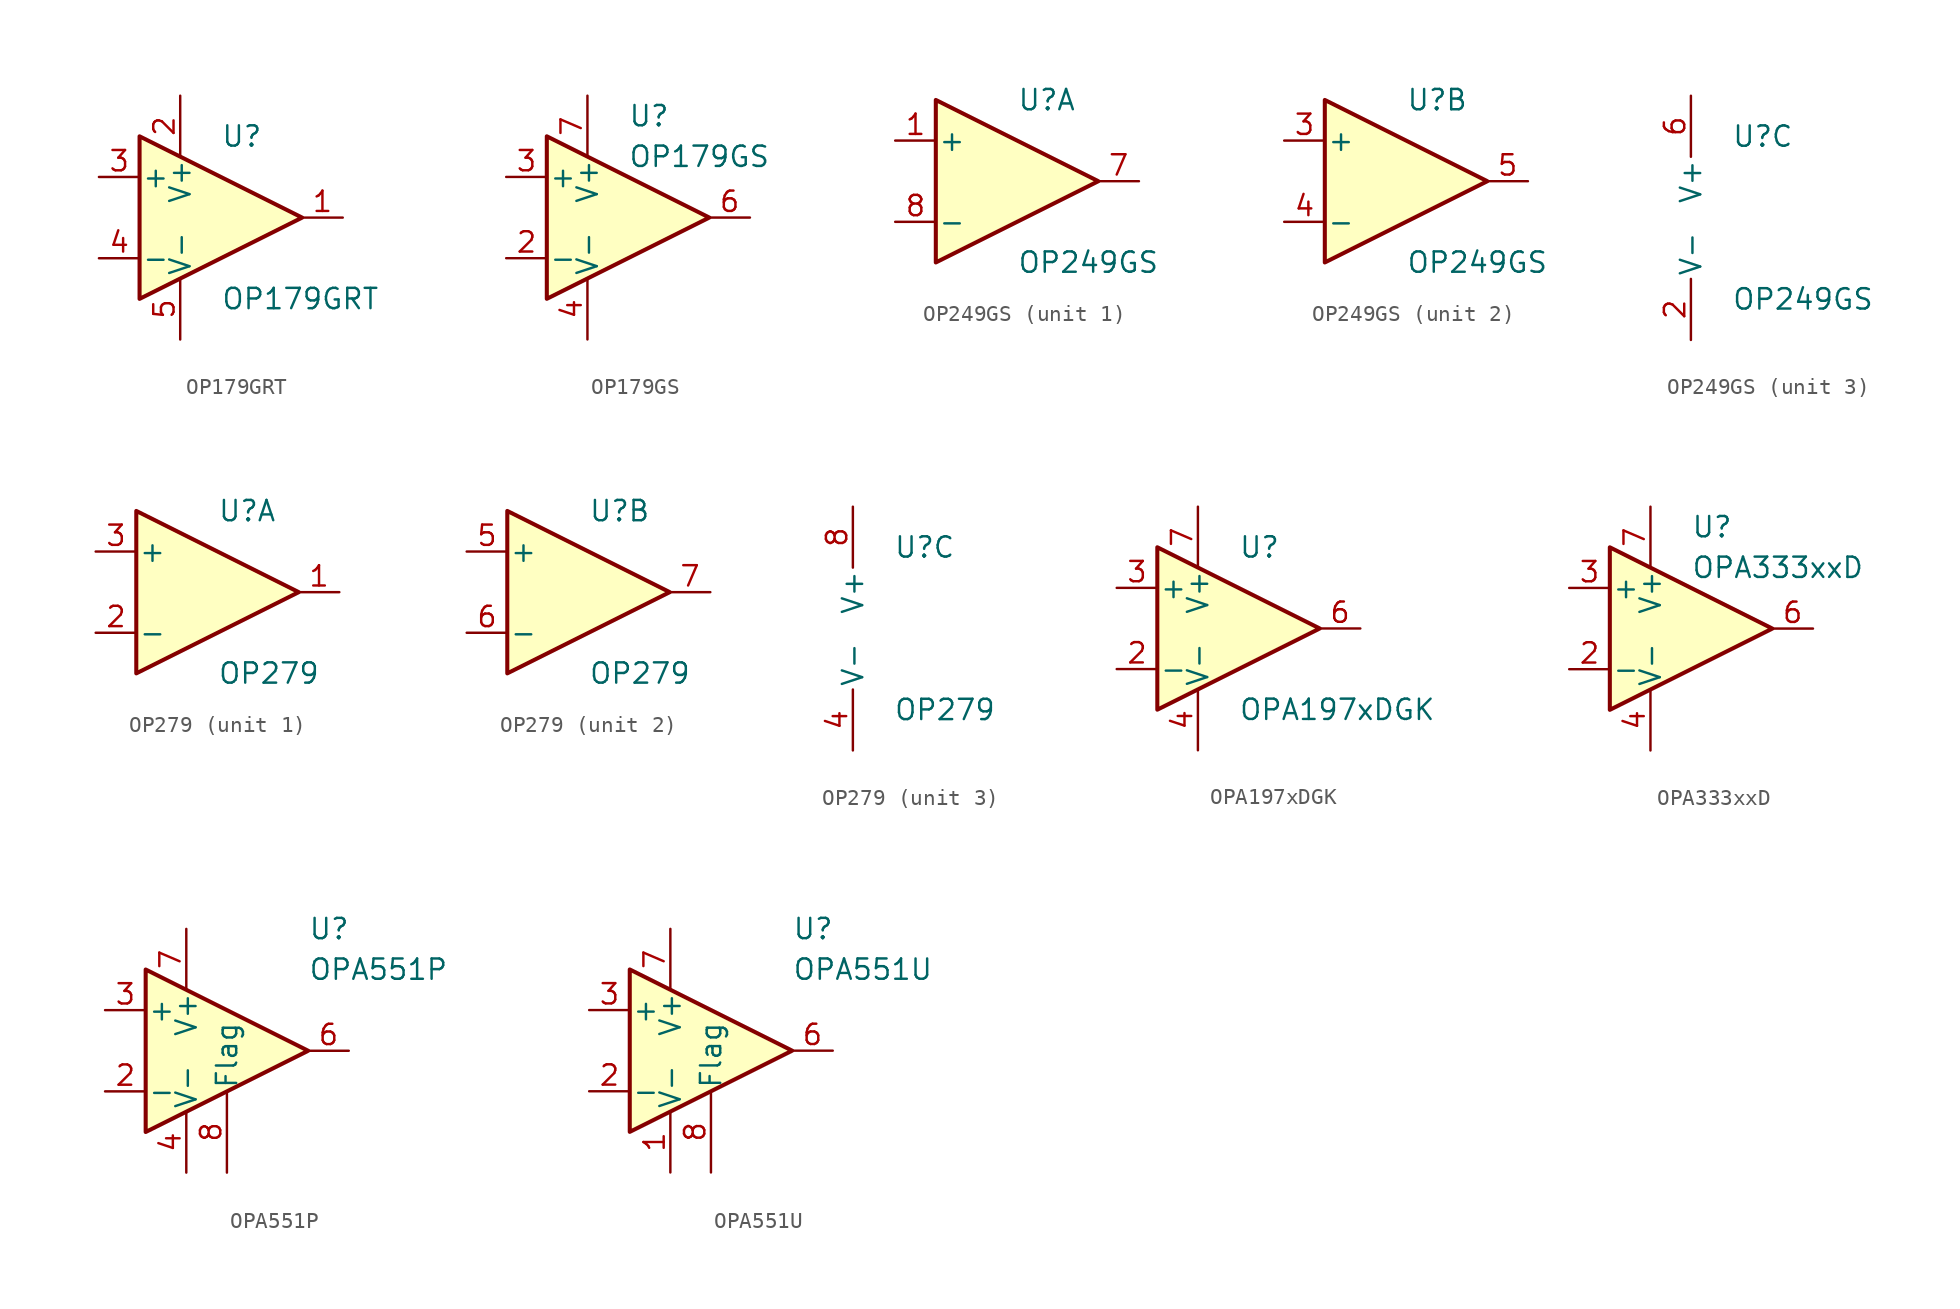
<source format=kicad_sym>
(kicad_symbol_lib
  (version 20231120)
  (generator "kicad_symbol_editor")
  (generator_version "8.0")
  (symbol "OP179GRT"
    (pin_names
      (offset 0.127))
    (property "Reference" "U"
      (at 0 5.08 0)
      (effects (font (size 1.27 1.27)) (justify left)))
    (property "Value" "OP179GRT"
      (at 0 -5.08 0)
      (effects (font (size 1.27 1.27)) (justify left)))
    (symbol "OP179GRT_0_1"
      (polyline (pts (xy -5.08 5.08) (xy 5.08 0) (xy -5.08 -5.08) (xy -5.08 5.08)) (stroke (width 0.254) (type default)) (fill (type background)))
      (pin power_in line (at -2.54 7.62 270) (length 3.81) (name "V+" (effects (font (size 1.27 1.27)))) (number "2" (effects (font (size 1.27 1.27)))))
      (pin power_in line (at -2.54 -7.62 90) (length 3.81) (name "V-" (effects (font (size 1.27 1.27)))) (number "5" (effects (font (size 1.27 1.27))))))
    (symbol "OP179GRT_1_1"
      (pin output line (at 7.62 0 180) (length 2.54) (name "~" (effects (font (size 1.27 1.27)))) (number "1" (effects (font (size 1.27 1.27)))))
      (pin input line (at -7.62 2.54 0) (length 2.54) (name "+" (effects (font (size 1.27 1.27)))) (number "3" (effects (font (size 1.27 1.27)))))
      (pin input line (at -7.62 -2.54 0) (length 2.54) (name "-" (effects (font (size 1.27 1.27)))) (number "4" (effects (font (size 1.27 1.27)))))))
  (symbol "OP179GS"
    (pin_names
      (offset 0.127))
    (property "Reference" "U"
      (at 0 6.35 0)
      (effects (font (size 1.27 1.27)) (justify left)))
    (property "Value" "OP179GS"
      (at 0 3.81 0)
      (effects (font (size 1.27 1.27)) (justify left)))
    (symbol "OP179GS_0_1"
      (polyline (pts (xy -5.08 5.08) (xy 5.08 0) (xy -5.08 -5.08) (xy -5.08 5.08)) (stroke (width 0.254) (type default)) (fill (type background))))
    (symbol "OP179GS_1_1"
      (pin no_connect line (at -5.08 -2.54 90) (length 2.54) hide (name "NC" (effects (font (size 1.27 1.27)))) (number "1" (effects (font (size 1.27 1.27)))))
      (pin input line (at -7.62 -2.54 0) (length 2.54) (name "-" (effects (font (size 1.27 1.27)))) (number "2" (effects (font (size 1.27 1.27)))))
      (pin input line (at -7.62 2.54 0) (length 2.54) (name "+" (effects (font (size 1.27 1.27)))) (number "3" (effects (font (size 1.27 1.27)))))
      (pin power_in line (at -2.54 -7.62 90) (length 3.81) (name "V-" (effects (font (size 1.27 1.27)))) (number "4" (effects (font (size 1.27 1.27)))))
      (pin no_connect line (at -2.54 -2.54 90) (length 2.54) hide (name "NC" (effects (font (size 1.27 1.27)))) (number "5" (effects (font (size 1.27 1.27)))))
      (pin output line (at 7.62 0 180) (length 2.54) (name "~" (effects (font (size 1.27 1.27)))) (number "6" (effects (font (size 1.27 1.27)))))
      (pin power_in line (at -2.54 7.62 270) (length 3.81) (name "V+" (effects (font (size 1.27 1.27)))) (number "7" (effects (font (size 1.27 1.27)))))
      (pin no_connect line (at 0 -2.54 90) (length 2.54) hide (name "NC" (effects (font (size 1.27 1.27)))) (number "8" (effects (font (size 1.27 1.27)))))))
  (symbol "OP249GS"
    (pin_names
      (offset 0.127))
    (property "Reference" "U"
      (at 0 5.08 0)
      (effects (font (size 1.27 1.27)) (justify left)))
    (property "Value" "OP249GS"
      (at 0 -5.08 0)
      (effects (font (size 1.27 1.27)) (justify left)))
    (property "ki_locked" ""
      (at 0 0 0)
      (effects (font (size 1.27 1.27))))
    (symbol "OP249GS_1_1"
      (polyline (pts (xy -5.08 5.08) (xy 5.08 0) (xy -5.08 -5.08) (xy -5.08 5.08)) (stroke (width 0.254) (type default)) (fill (type background)))
      (pin input line (at -7.62 2.54 0) (length 2.54) (name "+" (effects (font (size 1.27 1.27)))) (number "1" (effects (font (size 1.27 1.27)))))
      (pin output line (at 7.62 0 180) (length 2.54) (name "~" (effects (font (size 1.27 1.27)))) (number "7" (effects (font (size 1.27 1.27)))))
      (pin input line (at -7.62 -2.54 0) (length 2.54) (name "-" (effects (font (size 1.27 1.27)))) (number "8" (effects (font (size 1.27 1.27))))))
    (symbol "OP249GS_2_1"
      (polyline (pts (xy -5.08 5.08) (xy 5.08 0) (xy -5.08 -5.08) (xy -5.08 5.08)) (stroke (width 0.254) (type default)) (fill (type background)))
      (pin input line (at -7.62 2.54 0) (length 2.54) (name "+" (effects (font (size 1.27 1.27)))) (number "3" (effects (font (size 1.27 1.27)))))
      (pin input line (at -7.62 -2.54 0) (length 2.54) (name "-" (effects (font (size 1.27 1.27)))) (number "4" (effects (font (size 1.27 1.27)))))
      (pin output line (at 7.62 0 180) (length 2.54) (name "~" (effects (font (size 1.27 1.27)))) (number "5" (effects (font (size 1.27 1.27))))))
    (symbol "OP249GS_3_1"
      (pin power_in line (at -2.54 -7.62 90) (length 3.81) (name "V-" (effects (font (size 1.27 1.27)))) (number "2" (effects (font (size 1.27 1.27)))))
      (pin power_in line (at -2.54 7.62 270) (length 3.81) (name "V+" (effects (font (size 1.27 1.27)))) (number "6" (effects (font (size 1.27 1.27)))))))
  (symbol "OP279"
    (pin_names
      (offset 0.127))
    (property "Reference" "U"
      (at 0 5.08 0)
      (effects (font (size 1.27 1.27)) (justify left)))
    (property "Value" "OP279"
      (at 0 -5.08 0)
      (effects (font (size 1.27 1.27)) (justify left)))
    (property "ki_locked" ""
      (at 0 0 0)
      (effects (font (size 1.27 1.27))))
    (symbol "OP279_1_1"
      (polyline (pts (xy -5.08 5.08) (xy 5.08 0) (xy -5.08 -5.08) (xy -5.08 5.08)) (stroke (width 0.254) (type default)) (fill (type background)))
      (pin output line (at 7.62 0 180) (length 2.54) (name "~" (effects (font (size 1.27 1.27)))) (number "1" (effects (font (size 1.27 1.27)))))
      (pin input line (at -7.62 -2.54 0) (length 2.54) (name "-" (effects (font (size 1.27 1.27)))) (number "2" (effects (font (size 1.27 1.27)))))
      (pin input line (at -7.62 2.54 0) (length 2.54) (name "+" (effects (font (size 1.27 1.27)))) (number "3" (effects (font (size 1.27 1.27))))))
    (symbol "OP279_2_1"
      (polyline (pts (xy -5.08 5.08) (xy 5.08 0) (xy -5.08 -5.08) (xy -5.08 5.08)) (stroke (width 0.254) (type default)) (fill (type background)))
      (pin input line (at -7.62 2.54 0) (length 2.54) (name "+" (effects (font (size 1.27 1.27)))) (number "5" (effects (font (size 1.27 1.27)))))
      (pin input line (at -7.62 -2.54 0) (length 2.54) (name "-" (effects (font (size 1.27 1.27)))) (number "6" (effects (font (size 1.27 1.27)))))
      (pin output line (at 7.62 0 180) (length 2.54) (name "~" (effects (font (size 1.27 1.27)))) (number "7" (effects (font (size 1.27 1.27))))))
    (symbol "OP279_3_1"
      (pin power_in line (at -2.54 -7.62 90) (length 3.81) (name "V-" (effects (font (size 1.27 1.27)))) (number "4" (effects (font (size 1.27 1.27)))))
      (pin power_in line (at -2.54 7.62 270) (length 3.81) (name "V+" (effects (font (size 1.27 1.27)))) (number "8" (effects (font (size 1.27 1.27)))))))
  (symbol "OPA197xDGK"
    (pin_names
      (offset 0.127))
    (property "Reference" "U"
      (at 0 5.08 0)
      (effects (font (size 1.27 1.27)) (justify left)))
    (property "Value" "OPA197xDGK"
      (at 0 -5.08 0)
      (effects (font (size 1.27 1.27)) (justify left)))
    (symbol "OPA197xDGK_0_1"
      (polyline (pts (xy -5.08 5.08) (xy 5.08 0) (xy -5.08 -5.08) (xy -5.08 5.08)) (stroke (width 0.254) (type default)) (fill (type background)))
      (pin no_connect line (at 2.54 0 270) (length 2.54) hide (name "NC" (effects (font (size 1.27 1.27)))) (number "1" (effects (font (size 1.27 1.27)))))
      (pin power_in line (at -2.54 -7.62 90) (length 3.81) (name "V-" (effects (font (size 1.27 1.27)))) (number "4" (effects (font (size 1.27 1.27)))))
      (pin no_connect line (at 0 2.54 270) (length 2.54) hide (name "NC" (effects (font (size 1.27 1.27)))) (number "5" (effects (font (size 1.27 1.27)))))
      (pin power_in line (at -2.54 7.62 270) (length 3.81) (name "V+" (effects (font (size 1.27 1.27)))) (number "7" (effects (font (size 1.27 1.27)))))
      (pin no_connect line (at 0 -2.54 90) (length 2.54) hide (name "NC" (effects (font (size 1.27 1.27)))) (number "8" (effects (font (size 1.27 1.27))))))
    (symbol "OPA197xDGK_1_1"
      (pin input line (at -7.62 -2.54 0) (length 2.54) (name "-" (effects (font (size 1.27 1.27)))) (number "2" (effects (font (size 1.27 1.27)))))
      (pin input line (at -7.62 2.54 0) (length 2.54) (name "+" (effects (font (size 1.27 1.27)))) (number "3" (effects (font (size 1.27 1.27)))))
      (pin output line (at 7.62 0 180) (length 2.54) (name "~" (effects (font (size 1.27 1.27)))) (number "6" (effects (font (size 1.27 1.27)))))))
  (symbol "OPA333xxD"
    (pin_names
      (offset 0.127))
    (property "Reference" "U"
      (at 0 6.35 0)
      (effects (font (size 1.27 1.27)) (justify left)))
    (property "Value" "OPA333xxD"
      (at 0 3.81 0)
      (effects (font (size 1.27 1.27)) (justify left)))
    (symbol "OPA333xxD_0_1"
      (polyline (pts (xy -5.08 5.08) (xy 5.08 0) (xy -5.08 -5.08) (xy -5.08 5.08)) (stroke (width 0.254) (type default)) (fill (type background))))
    (symbol "OPA333xxD_1_1"
      (pin no_connect line (at -2.54 2.54 270) (length 2.54) hide (name "NC" (effects (font (size 1.27 1.27)))) (number "1" (effects (font (size 1.27 1.27)))))
      (pin input line (at -7.62 -2.54 0) (length 2.54) (name "-" (effects (font (size 1.27 1.27)))) (number "2" (effects (font (size 1.27 1.27)))))
      (pin input line (at -7.62 2.54 0) (length 2.54) (name "+" (effects (font (size 1.27 1.27)))) (number "3" (effects (font (size 1.27 1.27)))))
      (pin power_in line (at -2.54 -7.62 90) (length 3.81) (name "V-" (effects (font (size 1.27 1.27)))) (number "4" (effects (font (size 1.27 1.27)))))
      (pin no_connect line (at 0 2.54 270) (length 2.54) hide (name "NC" (effects (font (size 1.27 1.27)))) (number "5" (effects (font (size 1.27 1.27)))))
      (pin output line (at 7.62 0 180) (length 2.54) (name "~" (effects (font (size 1.27 1.27)))) (number "6" (effects (font (size 1.27 1.27)))))
      (pin power_in line (at -2.54 7.62 270) (length 3.81) (name "V+" (effects (font (size 1.27 1.27)))) (number "7" (effects (font (size 1.27 1.27)))))
      (pin no_connect line (at 0 -2.54 90) (length 2.54) hide (name "NC" (effects (font (size 1.27 1.27)))) (number "8" (effects (font (size 1.27 1.27)))))))
  (symbol "OPA551P"
    (pin_names
      (offset 0.127))
    (property "Reference" "U"
      (at 5.08 7.62 0)
      (effects (font (size 1.27 1.27)) (justify left)))
    (property "Value" "OPA551P"
      (at 5.08 5.08 0)
      (effects (font (size 1.27 1.27)) (justify left)))
    (symbol "OPA551P_1_1"
      (polyline (pts (xy -5.08 5.08) (xy 5.08 0) (xy -5.08 -5.08) (xy -5.08 5.08)) (stroke (width 0.254) (type default)) (fill (type background)))
      (pin no_connect line (at 0 2.54 270) (length 3.81) hide (name "NC" (effects (font (size 0.508 0.508)))) (number "1" (effects (font (size 1.27 1.27)))))
      (pin input line (at -7.62 -2.54 0) (length 2.54) (name "-" (effects (font (size 1.27 1.27)))) (number "2" (effects (font (size 1.27 1.27)))))
      (pin input line (at -7.62 2.54 0) (length 2.54) (name "+" (effects (font (size 1.27 1.27)))) (number "3" (effects (font (size 1.27 1.27)))))
      (pin power_in line (at -2.54 -7.62 90) (length 3.81) (name "V-" (effects (font (size 1.27 1.27)))) (number "4" (effects (font (size 1.27 1.27)))))
      (pin no_connect line (at 0 -2.54 90) (length 3.81) hide (name "NC" (effects (font (size 0.508 0.508)))) (number "5" (effects (font (size 1.27 1.27)))))
      (pin output line (at 7.62 0 180) (length 2.54) (name "~" (effects (font (size 1.27 1.27)))) (number "6" (effects (font (size 1.27 1.27)))))
      (pin power_in line (at -2.54 7.62 270) (length 3.81) (name "V+" (effects (font (size 1.27 1.27)))) (number "7" (effects (font (size 1.27 1.27)))))
      (pin output line (at 0 -7.62 90) (length 5.08) (name "Flag" (effects (font (size 1.27 1.27)))) (number "8" (effects (font (size 1.27 1.27)))))))
  (symbol "OPA551U"
    (pin_names
      (offset 0.127))
    (property "Reference" "U"
      (at 5.08 7.62 0)
      (effects (font (size 1.27 1.27)) (justify left)))
    (property "Value" "OPA551U"
      (at 5.08 5.08 0)
      (effects (font (size 1.27 1.27)) (justify left)))
    (symbol "OPA551U_1_1"
      (polyline (pts (xy -5.08 5.08) (xy 5.08 0) (xy -5.08 -5.08) (xy -5.08 5.08)) (stroke (width 0.254) (type default)) (fill (type background)))
      (pin power_in line (at -2.54 -7.62 90) (length 3.81) (name "V-" (effects (font (size 1.27 1.27)))) (number "1" (effects (font (size 1.27 1.27)))))
      (pin input line (at -7.62 -2.54 0) (length 2.54) (name "-" (effects (font (size 1.27 1.27)))) (number "2" (effects (font (size 1.27 1.27)))))
      (pin input line (at -7.62 2.54 0) (length 2.54) (name "+" (effects (font (size 1.27 1.27)))) (number "3" (effects (font (size 1.27 1.27)))))
      (pin passive line (at -2.54 -7.62 90) (length 3.81) hide (name "V-" (effects (font (size 1.27 1.27)))) (number "4" (effects (font (size 1.27 1.27)))))
      (pin passive line (at -2.54 -7.62 90) (length 3.81) hide (name "V-" (effects (font (size 1.27 1.27)))) (number "5" (effects (font (size 1.27 1.27)))))
      (pin output line (at 7.62 0 180) (length 2.54) (name "~" (effects (font (size 1.27 1.27)))) (number "6" (effects (font (size 1.27 1.27)))))
      (pin power_in line (at -2.54 7.62 270) (length 3.81) (name "V+" (effects (font (size 1.27 1.27)))) (number "7" (effects (font (size 1.27 1.27)))))
      (pin output line (at 0 -7.62 90) (length 5.08) (name "Flag" (effects (font (size 1.27 1.27)))) (number "8" (effects (font (size 1.27 1.27))))))))
</source>
